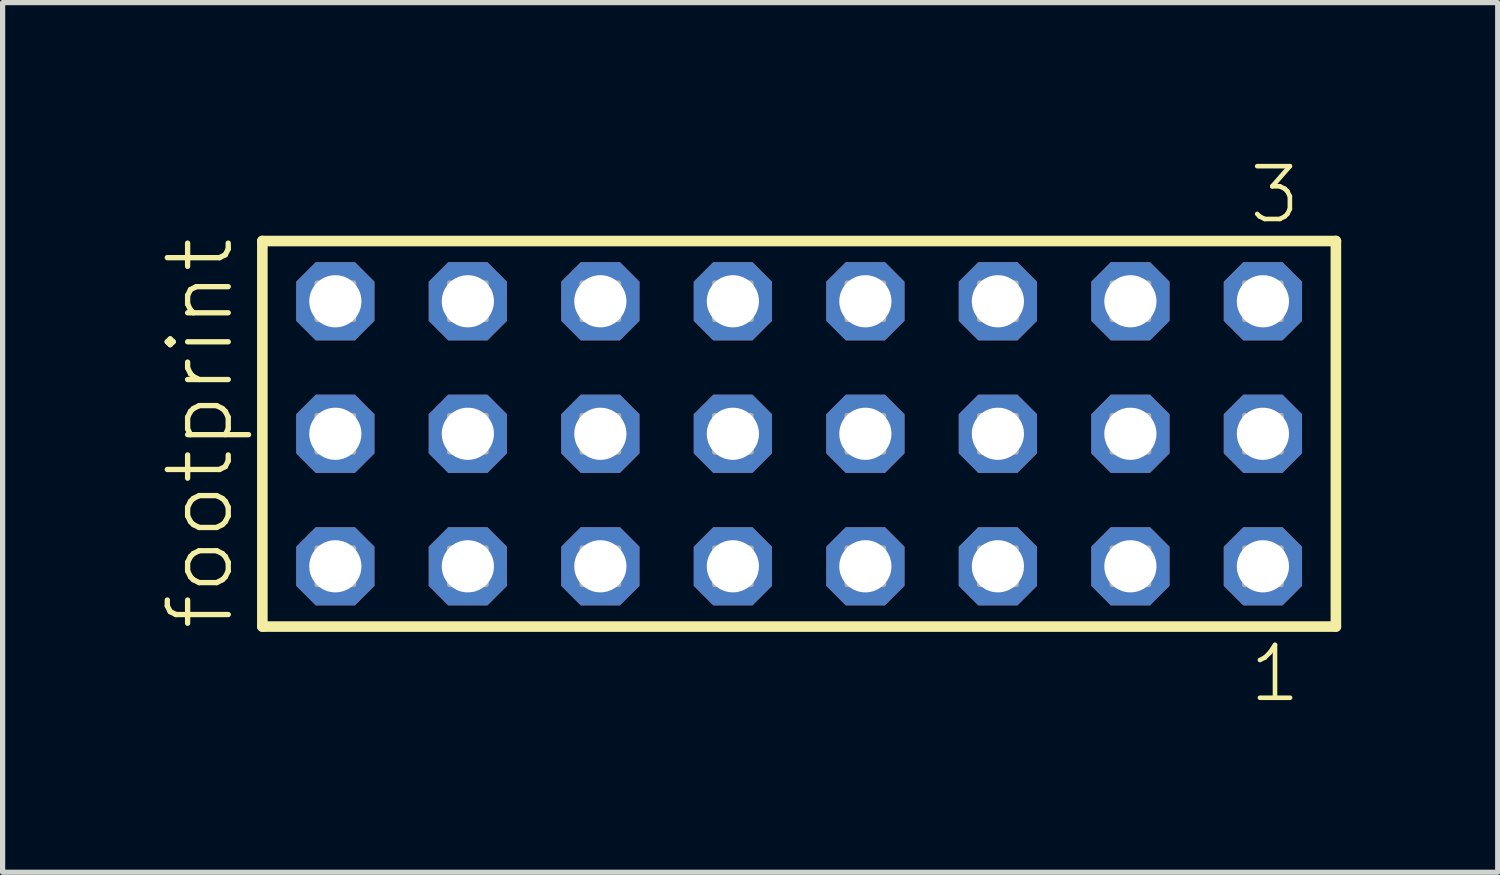
<source format=kicad_pcb>
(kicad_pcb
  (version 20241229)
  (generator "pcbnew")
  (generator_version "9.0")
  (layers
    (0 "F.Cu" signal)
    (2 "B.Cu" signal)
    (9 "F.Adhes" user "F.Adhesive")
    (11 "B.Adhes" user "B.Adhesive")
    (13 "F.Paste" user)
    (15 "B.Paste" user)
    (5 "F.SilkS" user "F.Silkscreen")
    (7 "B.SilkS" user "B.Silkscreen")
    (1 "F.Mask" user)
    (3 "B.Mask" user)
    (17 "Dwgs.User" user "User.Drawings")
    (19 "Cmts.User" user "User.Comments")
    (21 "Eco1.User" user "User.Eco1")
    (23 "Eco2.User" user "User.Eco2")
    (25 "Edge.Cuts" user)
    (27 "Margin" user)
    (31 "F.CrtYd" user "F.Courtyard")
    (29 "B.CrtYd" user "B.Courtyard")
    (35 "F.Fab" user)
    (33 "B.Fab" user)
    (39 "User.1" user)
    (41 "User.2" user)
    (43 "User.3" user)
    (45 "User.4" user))
  (footprint "footprint"
    (layer "F.Cu")
    (at 12.268 5.265)
    (property "Reference" "footprint" (at -10.795 3.81 90) (layer "F.SilkS") (effects (font (size 1.168 1.168) (thickness 0.102)) (justify left bottom)))
    (fp_line (start -10.289 -3.695) (end 10.289 -3.695) (stroke (width 0.203) (type solid)) (layer "F.SilkS"))
    (fp_line (start -10.289 3.695) (end -10.289 -3.695) (stroke (width 0.203) (type solid)) (layer "F.SilkS"))
    (fp_line (start 10.289 -3.695) (end 10.289 3.695) (stroke (width 0.203) (type solid)) (layer "F.SilkS"))
    (fp_line (start 10.289 3.695) (end -10.289 3.695) (stroke (width 0.203) (type solid)) (layer "F.SilkS"))
    (fp_poly (pts (xy -9.24 -2.19) (xy -8.54 -2.19) (xy -8.54 -2.89) (xy -9.24 -2.89)) (stroke (width 0.1) (type solid)) (fill no) (layer "F.Fab"))
    (fp_poly (pts (xy -9.24 0.35) (xy -8.54 0.35) (xy -8.54 -0.35) (xy -9.24 -0.35)) (stroke (width 0.1) (type solid)) (fill no) (layer "F.Fab"))
    (fp_poly (pts (xy -9.24 2.89) (xy -8.54 2.89) (xy -8.54 2.19) (xy -9.24 2.19)) (stroke (width 0.1) (type solid)) (fill no) (layer "F.Fab"))
    (fp_poly (pts (xy -6.7 -2.19) (xy -6 -2.19) (xy -6 -2.89) (xy -6.7 -2.89)) (stroke (width 0.1) (type solid)) (fill no) (layer "F.Fab"))
    (fp_poly (pts (xy -6.7 0.35) (xy -6 0.35) (xy -6 -0.35) (xy -6.7 -0.35)) (stroke (width 0.1) (type solid)) (fill no) (layer "F.Fab"))
    (fp_poly (pts (xy -6.7 2.89) (xy -6 2.89) (xy -6 2.19) (xy -6.7 2.19)) (stroke (width 0.1) (type solid)) (fill no) (layer "F.Fab"))
    (fp_poly (pts (xy -4.16 -2.19) (xy -3.46 -2.19) (xy -3.46 -2.89) (xy -4.16 -2.89)) (stroke (width 0.1) (type solid)) (fill no) (layer "F.Fab"))
    (fp_poly (pts (xy -4.16 0.35) (xy -3.46 0.35) (xy -3.46 -0.35) (xy -4.16 -0.35)) (stroke (width 0.1) (type solid)) (fill no) (layer "F.Fab"))
    (fp_poly (pts (xy -4.16 2.89) (xy -3.46 2.89) (xy -3.46 2.19) (xy -4.16 2.19)) (stroke (width 0.1) (type solid)) (fill no) (layer "F.Fab"))
    (fp_poly (pts (xy -1.62 -2.19) (xy -0.92 -2.19) (xy -0.92 -2.89) (xy -1.62 -2.89)) (stroke (width 0.1) (type solid)) (fill no) (layer "F.Fab"))
    (fp_poly (pts (xy -1.62 0.35) (xy -0.92 0.35) (xy -0.92 -0.35) (xy -1.62 -0.35)) (stroke (width 0.1) (type solid)) (fill no) (layer "F.Fab"))
    (fp_poly (pts (xy -1.62 2.89) (xy -0.92 2.89) (xy -0.92 2.19) (xy -1.62 2.19)) (stroke (width 0.1) (type solid)) (fill no) (layer "F.Fab"))
    (fp_poly (pts (xy 0.92 -2.19) (xy 1.62 -2.19) (xy 1.62 -2.89) (xy 0.92 -2.89)) (stroke (width 0.1) (type solid)) (fill no) (layer "F.Fab"))
    (fp_poly (pts (xy 0.92 0.35) (xy 1.62 0.35) (xy 1.62 -0.35) (xy 0.92 -0.35)) (stroke (width 0.1) (type solid)) (fill no) (layer "F.Fab"))
    (fp_poly (pts (xy 0.92 2.89) (xy 1.62 2.89) (xy 1.62 2.19) (xy 0.92 2.19)) (stroke (width 0.1) (type solid)) (fill no) (layer "F.Fab"))
    (fp_poly (pts (xy 3.46 -2.19) (xy 4.16 -2.19) (xy 4.16 -2.89) (xy 3.46 -2.89)) (stroke (width 0.1) (type solid)) (fill no) (layer "F.Fab"))
    (fp_poly (pts (xy 3.46 0.35) (xy 4.16 0.35) (xy 4.16 -0.35) (xy 3.46 -0.35)) (stroke (width 0.1) (type solid)) (fill no) (layer "F.Fab"))
    (fp_poly (pts (xy 3.46 2.89) (xy 4.16 2.89) (xy 4.16 2.19) (xy 3.46 2.19)) (stroke (width 0.1) (type solid)) (fill no) (layer "F.Fab"))
    (fp_poly (pts (xy 6 -2.19) (xy 6.7 -2.19) (xy 6.7 -2.89) (xy 6 -2.89)) (stroke (width 0.1) (type solid)) (fill no) (layer "F.Fab"))
    (fp_poly (pts (xy 6 0.35) (xy 6.7 0.35) (xy 6.7 -0.35) (xy 6 -0.35)) (stroke (width 0.1) (type solid)) (fill no) (layer "F.Fab"))
    (fp_poly (pts (xy 6 2.89) (xy 6.7 2.89) (xy 6.7 2.19) (xy 6 2.19)) (stroke (width 0.1) (type solid)) (fill no) (layer "F.Fab"))
    (fp_poly (pts (xy 8.54 -2.19) (xy 9.24 -2.19) (xy 9.24 -2.89) (xy 8.54 -2.89)) (stroke (width 0.1) (type solid)) (fill no) (layer "F.Fab"))
    (fp_poly (pts (xy 8.54 0.35) (xy 9.24 0.35) (xy 9.24 -0.35) (xy 8.54 -0.35)) (stroke (width 0.1) (type solid)) (fill no) (layer "F.Fab"))
    (fp_poly (pts (xy 8.54 2.89) (xy 9.24 2.89) (xy 9.24 2.19) (xy 8.54 2.19)) (stroke (width 0.1) (type solid)) (fill no) (layer "F.Fab"))
    (fp_text user "3" (at 8.578 -3.989 0) (layer "F.SilkS") (effects (font (size 1.012 1.012) (thickness 0.088)) (justify left bottom)))
    (fp_text user "1" (at 8.582 5.188 0) (layer "F.SilkS") (effects (font (size 1.012 1.012) (thickness 0.088)) (justify left bottom)))
    (pad "1" thru_hole roundrect (at 8.89 2.54 180) (size 1.5 1.5) (drill 1) (layers "*.Cu" "*.Mask") (roundrect_rratio 0.25) (chamfer_ratio 0.25) (chamfer top_left top_right bottom_left bottom_right))
    (pad "2" thru_hole roundrect (at 8.89 0 180) (size 1.5 1.5) (drill 1) (layers "*.Cu" "*.Mask") (roundrect_rratio 0.25) (chamfer_ratio 0.25) (chamfer top_left top_right bottom_left bottom_right))
    (pad "3" thru_hole roundrect (at 8.89 -2.54 180) (size 1.5 1.5) (drill 1) (layers "*.Cu" "*.Mask") (roundrect_rratio 0.25) (chamfer_ratio 0.25) (chamfer top_left top_right bottom_left bottom_right))
    (pad "4" thru_hole roundrect (at 6.35 2.54 180) (size 1.5 1.5) (drill 1) (layers "*.Cu" "*.Mask") (roundrect_rratio 0.25) (chamfer_ratio 0.25) (chamfer top_left top_right bottom_left bottom_right))
    (pad "5" thru_hole roundrect (at 6.35 0 180) (size 1.5 1.5) (drill 1) (layers "*.Cu" "*.Mask") (roundrect_rratio 0.25) (chamfer_ratio 0.25) (chamfer top_left top_right bottom_left bottom_right))
    (pad "6" thru_hole roundrect (at 6.35 -2.54 180) (size 1.5 1.5) (drill 1) (layers "*.Cu" "*.Mask") (roundrect_rratio 0.25) (chamfer_ratio 0.25) (chamfer top_left top_right bottom_left bottom_right))
    (pad "7" thru_hole roundrect (at 3.81 2.54 180) (size 1.5 1.5) (drill 1) (layers "*.Cu" "*.Mask") (roundrect_rratio 0.25) (chamfer_ratio 0.25) (chamfer top_left top_right bottom_left bottom_right))
    (pad "8" thru_hole roundrect (at 3.81 0 180) (size 1.5 1.5) (drill 1) (layers "*.Cu" "*.Mask") (roundrect_rratio 0.25) (chamfer_ratio 0.25) (chamfer top_left top_right bottom_left bottom_right))
    (pad "9" thru_hole roundrect (at 3.81 -2.54 180) (size 1.5 1.5) (drill 1) (layers "*.Cu" "*.Mask") (roundrect_rratio 0.25) (chamfer_ratio 0.25) (chamfer top_left top_right bottom_left bottom_right))
    (pad "10" thru_hole roundrect (at 1.27 2.54 180) (size 1.5 1.5) (drill 1) (layers "*.Cu" "*.Mask") (roundrect_rratio 0.25) (chamfer_ratio 0.25) (chamfer top_left top_right bottom_left bottom_right))
    (pad "11" thru_hole roundrect (at 1.27 0 180) (size 1.5 1.5) (drill 1) (layers "*.Cu" "*.Mask") (roundrect_rratio 0.25) (chamfer_ratio 0.25) (chamfer top_left top_right bottom_left bottom_right))
    (pad "12" thru_hole roundrect (at 1.27 -2.54 180) (size 1.5 1.5) (drill 1) (layers "*.Cu" "*.Mask") (roundrect_rratio 0.25) (chamfer_ratio 0.25) (chamfer top_left top_right bottom_left bottom_right))
    (pad "13" thru_hole roundrect (at -1.27 2.54 180) (size 1.5 1.5) (drill 1) (layers "*.Cu" "*.Mask") (roundrect_rratio 0.25) (chamfer_ratio 0.25) (chamfer top_left top_right bottom_left bottom_right))
    (pad "14" thru_hole roundrect (at -1.27 0 180) (size 1.5 1.5) (drill 1) (layers "*.Cu" "*.Mask") (roundrect_rratio 0.25) (chamfer_ratio 0.25) (chamfer top_left top_right bottom_left bottom_right))
    (pad "15" thru_hole roundrect (at -1.27 -2.54 180) (size 1.5 1.5) (drill 1) (layers "*.Cu" "*.Mask") (roundrect_rratio 0.25) (chamfer_ratio 0.25) (chamfer top_left top_right bottom_left bottom_right))
    (pad "16" thru_hole roundrect (at -3.81 2.54 180) (size 1.5 1.5) (drill 1) (layers "*.Cu" "*.Mask") (roundrect_rratio 0.25) (chamfer_ratio 0.25) (chamfer top_left top_right bottom_left bottom_right))
    (pad "17" thru_hole roundrect (at -3.81 0 180) (size 1.5 1.5) (drill 1) (layers "*.Cu" "*.Mask") (roundrect_rratio 0.25) (chamfer_ratio 0.25) (chamfer top_left top_right bottom_left bottom_right))
    (pad "18" thru_hole roundrect (at -3.81 -2.54 180) (size 1.5 1.5) (drill 1) (layers "*.Cu" "*.Mask") (roundrect_rratio 0.25) (chamfer_ratio 0.25) (chamfer top_left top_right bottom_left bottom_right))
    (pad "19" thru_hole roundrect (at -6.35 2.54 180) (size 1.5 1.5) (drill 1) (layers "*.Cu" "*.Mask") (roundrect_rratio 0.25) (chamfer_ratio 0.25) (chamfer top_left top_right bottom_left bottom_right))
    (pad "20" thru_hole roundrect (at -6.35 0 180) (size 1.5 1.5) (drill 1) (layers "*.Cu" "*.Mask") (roundrect_rratio 0.25) (chamfer_ratio 0.25) (chamfer top_left top_right bottom_left bottom_right))
    (pad "21" thru_hole roundrect (at -6.35 -2.54 180) (size 1.5 1.5) (drill 1) (layers "*.Cu" "*.Mask") (roundrect_rratio 0.25) (chamfer_ratio 0.25) (chamfer top_left top_right bottom_left bottom_right))
    (pad "22" thru_hole roundrect (at -8.89 2.54 180) (size 1.5 1.5) (drill 1) (layers "*.Cu" "*.Mask") (roundrect_rratio 0.25) (chamfer_ratio 0.25) (chamfer top_left top_right bottom_left bottom_right))
    (pad "23" thru_hole roundrect (at -8.89 0 180) (size 1.5 1.5) (drill 1) (layers "*.Cu" "*.Mask") (roundrect_rratio 0.25) (chamfer_ratio 0.25) (chamfer top_left top_right bottom_left bottom_right))
    (pad "24" thru_hole roundrect (at -8.89 -2.54 180) (size 1.5 1.5) (drill 1) (layers "*.Cu" "*.Mask") (roundrect_rratio 0.25) (chamfer_ratio 0.25) (chamfer top_left top_right bottom_left bottom_right)))
  (gr_rect
    (start -3 -3)
    (end 25.659 13.67)
    (stroke (width 0.1) (type default))
    (fill no)
    (layer "Edge.Cuts")))
</source>
